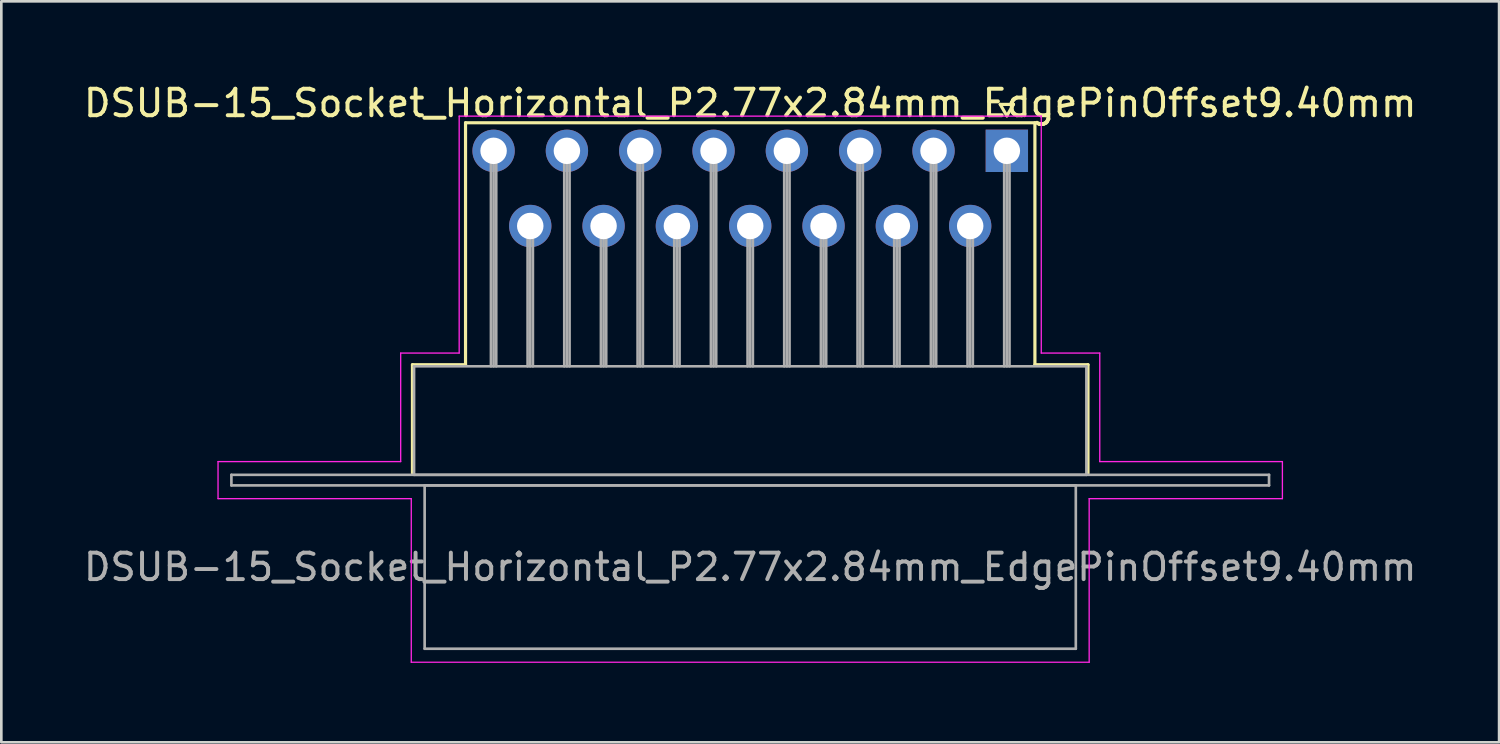
<source format=kicad_pcb>
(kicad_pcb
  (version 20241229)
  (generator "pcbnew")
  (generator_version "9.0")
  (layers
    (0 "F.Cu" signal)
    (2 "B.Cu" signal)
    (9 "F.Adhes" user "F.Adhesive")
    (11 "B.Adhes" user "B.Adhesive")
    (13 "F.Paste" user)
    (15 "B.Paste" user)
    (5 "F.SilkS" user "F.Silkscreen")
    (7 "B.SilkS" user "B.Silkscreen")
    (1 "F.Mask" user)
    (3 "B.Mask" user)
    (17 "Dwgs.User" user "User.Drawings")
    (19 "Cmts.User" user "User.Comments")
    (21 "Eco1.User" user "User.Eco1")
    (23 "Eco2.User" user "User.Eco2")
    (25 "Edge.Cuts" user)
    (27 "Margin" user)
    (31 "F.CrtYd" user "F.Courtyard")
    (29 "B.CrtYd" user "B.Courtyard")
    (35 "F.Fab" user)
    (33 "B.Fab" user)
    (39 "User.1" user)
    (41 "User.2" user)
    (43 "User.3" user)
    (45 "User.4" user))
  (footprint "DSUB-15_Socket_Horizontal_P2.77x2.84mm_EdgePinOffset9.40mm"
    (layer "F.Cu")
    (at 34.987 2.648)
    (property "Reference" "DSUB-15_Socket_Horizontal_P2.77x2.84mm_EdgePinOffset9.40mm" (at -9.695 -1.8 0) (layer "F.SilkS") (effects (font (size 1 1) (thickness 0.15))))
    (attr through_hole)
    (fp_line (start -22.455 8.08) (end -20.45 8.08) (stroke (width 0.12) (type solid)) (layer "F.SilkS"))
    (fp_line (start -22.455 12.18) (end -22.455 8.08) (stroke (width 0.12) (type solid)) (layer "F.SilkS"))
    (fp_line (start -20.45 -1.06) (end 1.06 -1.06) (stroke (width 0.12) (type solid)) (layer "F.SilkS"))
    (fp_line (start -20.45 8.08) (end -20.45 -1.06) (stroke (width 0.12) (type solid)) (layer "F.SilkS"))
    (fp_line (start -0.25 -1.754) (end 0.25 -1.754) (stroke (width 0.12) (type solid)) (layer "F.SilkS"))
    (fp_line (start 0 -1.321) (end -0.25 -1.754) (stroke (width 0.12) (type solid)) (layer "F.SilkS"))
    (fp_line (start 0.25 -1.754) (end 0 -1.321) (stroke (width 0.12) (type solid)) (layer "F.SilkS"))
    (fp_line (start 1.06 -1.06) (end 1.06 8.08) (stroke (width 0.12) (type solid)) (layer "F.SilkS"))
    (fp_line (start 1.06 8.08) (end 3.065 8.08) (stroke (width 0.12) (type solid)) (layer "F.SilkS"))
    (fp_line (start 3.065 8.08) (end 3.065 12.18) (stroke (width 0.12) (type solid)) (layer "F.SilkS"))
    (fp_line (start -29.8 11.74) (end -22.9 11.74) (stroke (width 0.05) (type solid)) (layer "F.CrtYd"))
    (fp_line (start -29.8 13.14) (end -29.8 11.74) (stroke (width 0.05) (type solid)) (layer "F.CrtYd"))
    (fp_line (start -22.9 7.64) (end -20.69 7.64) (stroke (width 0.05) (type solid)) (layer "F.CrtYd"))
    (fp_line (start -22.9 11.74) (end -22.9 7.64) (stroke (width 0.05) (type solid)) (layer "F.CrtYd"))
    (fp_line (start -22.5 13.14) (end -29.8 13.14) (stroke (width 0.05) (type solid)) (layer "F.CrtYd"))
    (fp_line (start -22.5 19.32) (end -22.5 13.14) (stroke (width 0.05) (type solid)) (layer "F.CrtYd"))
    (fp_line (start -20.69 -1.31) (end 1.3 -1.31) (stroke (width 0.05) (type solid)) (layer "F.CrtYd"))
    (fp_line (start -20.69 7.64) (end -20.69 -1.31) (stroke (width 0.05) (type solid)) (layer "F.CrtYd"))
    (fp_line (start 1.3 -1.31) (end 1.3 7.64) (stroke (width 0.05) (type solid)) (layer "F.CrtYd"))
    (fp_line (start 1.3 7.64) (end 3.51 7.64) (stroke (width 0.05) (type solid)) (layer "F.CrtYd"))
    (fp_line (start 3.11 13.14) (end 3.11 19.32) (stroke (width 0.05) (type solid)) (layer "F.CrtYd"))
    (fp_line (start 3.11 19.32) (end -22.5 19.32) (stroke (width 0.05) (type solid)) (layer "F.CrtYd"))
    (fp_line (start 3.51 7.64) (end 3.51 11.74) (stroke (width 0.05) (type solid)) (layer "F.CrtYd"))
    (fp_line (start 3.51 11.74) (end 10.41 11.74) (stroke (width 0.05) (type solid)) (layer "F.CrtYd"))
    (fp_line (start 10.41 11.74) (end 10.41 13.14) (stroke (width 0.05) (type solid)) (layer "F.CrtYd"))
    (fp_line (start 10.41 13.14) (end 3.11 13.14) (stroke (width 0.05) (type solid)) (layer "F.CrtYd"))
    (fp_line (start -29.295 12.24) (end -29.295 12.64) (stroke (width 0.1) (type solid)) (layer "F.Fab"))
    (fp_line (start -29.295 12.64) (end 9.905 12.64) (stroke (width 0.1) (type solid)) (layer "F.Fab"))
    (fp_line (start -22.395 8.14) (end -22.395 12.24) (stroke (width 0.1) (type solid)) (layer "F.Fab"))
    (fp_line (start -22.395 12.24) (end 3.005 12.24) (stroke (width 0.1) (type solid)) (layer "F.Fab"))
    (fp_line (start -21.995 12.64) (end -21.995 18.81) (stroke (width 0.1) (type solid)) (layer "F.Fab"))
    (fp_line (start -21.995 18.81) (end 2.605 18.81) (stroke (width 0.1) (type solid)) (layer "F.Fab"))
    (fp_line (start -19.49 0) (end -19.49 8.14) (stroke (width 0.1) (type solid)) (layer "F.Fab"))
    (fp_line (start -19.39 0) (end -19.39 8.14) (stroke (width 0.1) (type solid)) (layer "F.Fab"))
    (fp_line (start -19.29 0) (end -19.29 8.14) (stroke (width 0.1) (type solid)) (layer "F.Fab"))
    (fp_line (start -18.105 2.84) (end -18.105 8.14) (stroke (width 0.1) (type solid)) (layer "F.Fab"))
    (fp_line (start -18.005 2.84) (end -18.005 8.14) (stroke (width 0.1) (type solid)) (layer "F.Fab"))
    (fp_line (start -17.905 2.84) (end -17.905 8.14) (stroke (width 0.1) (type solid)) (layer "F.Fab"))
    (fp_line (start -16.72 0) (end -16.72 8.14) (stroke (width 0.1) (type solid)) (layer "F.Fab"))
    (fp_line (start -16.62 0) (end -16.62 8.14) (stroke (width 0.1) (type solid)) (layer "F.Fab"))
    (fp_line (start -16.52 0) (end -16.52 8.14) (stroke (width 0.1) (type solid)) (layer "F.Fab"))
    (fp_line (start -15.335 2.84) (end -15.335 8.14) (stroke (width 0.1) (type solid)) (layer "F.Fab"))
    (fp_line (start -15.235 2.84) (end -15.235 8.14) (stroke (width 0.1) (type solid)) (layer "F.Fab"))
    (fp_line (start -15.135 2.84) (end -15.135 8.14) (stroke (width 0.1) (type solid)) (layer "F.Fab"))
    (fp_line (start -13.95 0) (end -13.95 8.14) (stroke (width 0.1) (type solid)) (layer "F.Fab"))
    (fp_line (start -13.85 0) (end -13.85 8.14) (stroke (width 0.1) (type solid)) (layer "F.Fab"))
    (fp_line (start -13.75 0) (end -13.75 8.14) (stroke (width 0.1) (type solid)) (layer "F.Fab"))
    (fp_line (start -12.565 2.84) (end -12.565 8.14) (stroke (width 0.1) (type solid)) (layer "F.Fab"))
    (fp_line (start -12.465 2.84) (end -12.465 8.14) (stroke (width 0.1) (type solid)) (layer "F.Fab"))
    (fp_line (start -12.365 2.84) (end -12.365 8.14) (stroke (width 0.1) (type solid)) (layer "F.Fab"))
    (fp_line (start -11.18 0) (end -11.18 8.14) (stroke (width 0.1) (type solid)) (layer "F.Fab"))
    (fp_line (start -11.08 0) (end -11.08 8.14) (stroke (width 0.1) (type solid)) (layer "F.Fab"))
    (fp_line (start -10.98 0) (end -10.98 8.14) (stroke (width 0.1) (type solid)) (layer "F.Fab"))
    (fp_line (start -9.795 2.84) (end -9.795 8.14) (stroke (width 0.1) (type solid)) (layer "F.Fab"))
    (fp_line (start -9.695 2.84) (end -9.695 8.14) (stroke (width 0.1) (type solid)) (layer "F.Fab"))
    (fp_line (start -9.595 2.84) (end -9.595 8.14) (stroke (width 0.1) (type solid)) (layer "F.Fab"))
    (fp_line (start -8.41 0) (end -8.41 8.14) (stroke (width 0.1) (type solid)) (layer "F.Fab"))
    (fp_line (start -8.31 0) (end -8.31 8.14) (stroke (width 0.1) (type solid)) (layer "F.Fab"))
    (fp_line (start -8.21 0) (end -8.21 8.14) (stroke (width 0.1) (type solid)) (layer "F.Fab"))
    (fp_line (start -7.025 2.84) (end -7.025 8.14) (stroke (width 0.1) (type solid)) (layer "F.Fab"))
    (fp_line (start -6.925 2.84) (end -6.925 8.14) (stroke (width 0.1) (type solid)) (layer "F.Fab"))
    (fp_line (start -6.825 2.84) (end -6.825 8.14) (stroke (width 0.1) (type solid)) (layer "F.Fab"))
    (fp_line (start -5.64 0) (end -5.64 8.14) (stroke (width 0.1) (type solid)) (layer "F.Fab"))
    (fp_line (start -5.54 0) (end -5.54 8.14) (stroke (width 0.1) (type solid)) (layer "F.Fab"))
    (fp_line (start -5.44 0) (end -5.44 8.14) (stroke (width 0.1) (type solid)) (layer "F.Fab"))
    (fp_line (start -4.255 2.84) (end -4.255 8.14) (stroke (width 0.1) (type solid)) (layer "F.Fab"))
    (fp_line (start -4.155 2.84) (end -4.155 8.14) (stroke (width 0.1) (type solid)) (layer "F.Fab"))
    (fp_line (start -4.055 2.84) (end -4.055 8.14) (stroke (width 0.1) (type solid)) (layer "F.Fab"))
    (fp_line (start -2.87 0) (end -2.87 8.14) (stroke (width 0.1) (type solid)) (layer "F.Fab"))
    (fp_line (start -2.77 0) (end -2.77 8.14) (stroke (width 0.1) (type solid)) (layer "F.Fab"))
    (fp_line (start -2.67 0) (end -2.67 8.14) (stroke (width 0.1) (type solid)) (layer "F.Fab"))
    (fp_line (start -1.485 2.84) (end -1.485 8.14) (stroke (width 0.1) (type solid)) (layer "F.Fab"))
    (fp_line (start -1.385 2.84) (end -1.385 8.14) (stroke (width 0.1) (type solid)) (layer "F.Fab"))
    (fp_line (start -1.285 2.84) (end -1.285 8.14) (stroke (width 0.1) (type solid)) (layer "F.Fab"))
    (fp_line (start -0.1 0) (end -0.1 8.14) (stroke (width 0.1) (type solid)) (layer "F.Fab"))
    (fp_line (start 0 0) (end 0 8.14) (stroke (width 0.1) (type solid)) (layer "F.Fab"))
    (fp_line (start 0.1 0) (end 0.1 8.14) (stroke (width 0.1) (type solid)) (layer "F.Fab"))
    (fp_line (start 2.605 12.64) (end -21.995 12.64) (stroke (width 0.1) (type solid)) (layer "F.Fab"))
    (fp_line (start 2.605 18.81) (end 2.605 12.64) (stroke (width 0.1) (type solid)) (layer "F.Fab"))
    (fp_line (start 3.005 8.14) (end -22.395 8.14) (stroke (width 0.1) (type solid)) (layer "F.Fab"))
    (fp_line (start 3.005 12.24) (end 3.005 8.14) (stroke (width 0.1) (type solid)) (layer "F.Fab"))
    (fp_line (start 9.905 12.24) (end -29.295 12.24) (stroke (width 0.1) (type solid)) (layer "F.Fab"))
    (fp_line (start 9.905 12.64) (end 9.905 12.24) (stroke (width 0.1) (type solid)) (layer "F.Fab"))
    (fp_text user "${REFERENCE}" (at -9.695 15.725 0) (layer "F.Fab") (effects (font (size 1 1) (thickness 0.15))))
    (pad "1" thru_hole rect (at 0 0) (size 1.6 1.6) (drill 1) (layers "*.Cu" "*.Mask"))
    (pad "2" thru_hole circle (at -2.77 0) (size 1.6 1.6) (drill 1) (layers "*.Cu" "*.Mask"))
    (pad "3" thru_hole circle (at -5.54 0) (size 1.6 1.6) (drill 1) (layers "*.Cu" "*.Mask"))
    (pad "4" thru_hole circle (at -8.31 0) (size 1.6 1.6) (drill 1) (layers "*.Cu" "*.Mask"))
    (pad "5" thru_hole circle (at -11.08 0) (size 1.6 1.6) (drill 1) (layers "*.Cu" "*.Mask"))
    (pad "6" thru_hole circle (at -13.85 0) (size 1.6 1.6) (drill 1) (layers "*.Cu" "*.Mask"))
    (pad "7" thru_hole circle (at -16.62 0) (size 1.6 1.6) (drill 1) (layers "*.Cu" "*.Mask"))
    (pad "8" thru_hole circle (at -19.39 0) (size 1.6 1.6) (drill 1) (layers "*.Cu" "*.Mask"))
    (pad "9" thru_hole circle (at -1.385 2.84) (size 1.6 1.6) (drill 1) (layers "*.Cu" "*.Mask"))
    (pad "10" thru_hole circle (at -4.155 2.84) (size 1.6 1.6) (drill 1) (layers "*.Cu" "*.Mask"))
    (pad "11" thru_hole circle (at -6.925 2.84) (size 1.6 1.6) (drill 1) (layers "*.Cu" "*.Mask"))
    (pad "12" thru_hole circle (at -9.695 2.84) (size 1.6 1.6) (drill 1) (layers "*.Cu" "*.Mask"))
    (pad "13" thru_hole circle (at -12.465 2.84) (size 1.6 1.6) (drill 1) (layers "*.Cu" "*.Mask"))
    (pad "14" thru_hole circle (at -15.235 2.84) (size 1.6 1.6) (drill 1) (layers "*.Cu" "*.Mask"))
    (pad "15" thru_hole circle (at -18.005 2.84) (size 1.6 1.6) (drill 1) (layers "*.Cu" "*.Mask")))
  (gr_rect
    (start -3 -3)
    (end 53.583 24.993)
    (stroke (width 0.1) (type default))
    (fill no)
    (layer "Edge.Cuts")))
</source>
